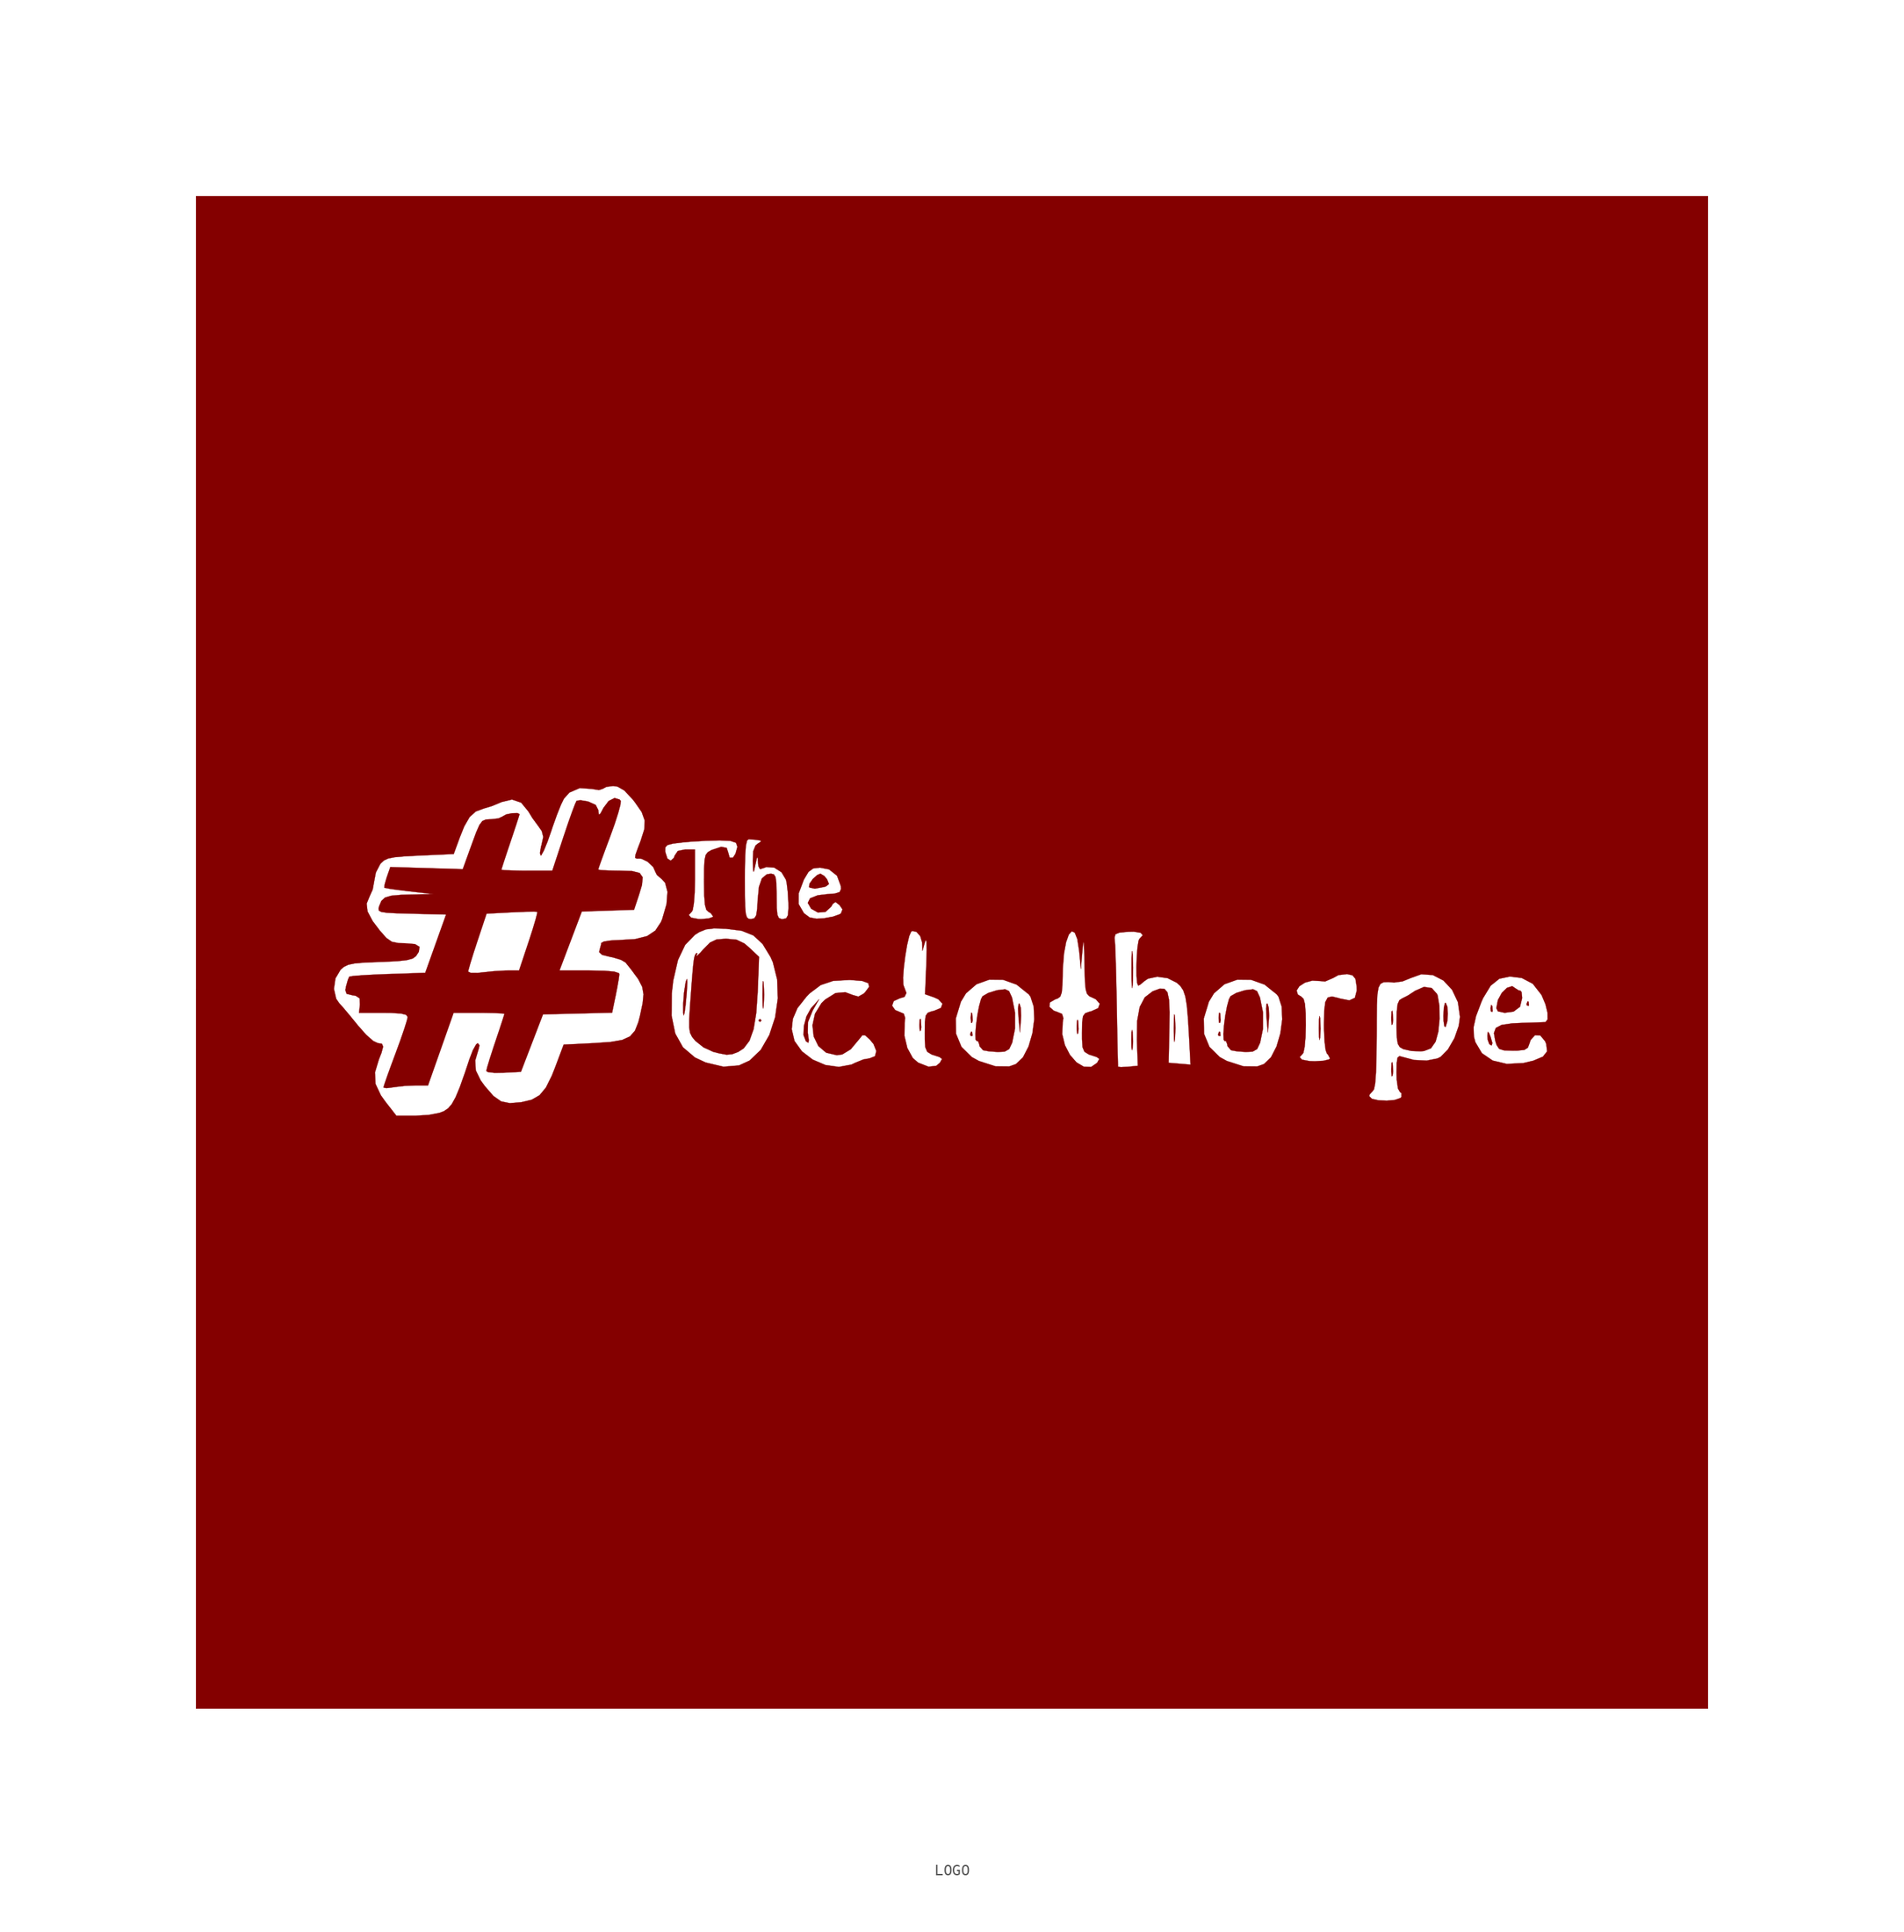
<source format=kicad_sym>
(kicad_symbol_lib
  (version 20220914)
  (generator "bitmap2component")
  (generator_version "9.0")
  (symbol "LOGO"
    (pin_names
      (offset 1.016))
    (property "Reference" "#G"
      (at 0 66.918 0)
      (effects (font (size 1.27 1.27)) hide))
    (symbol "LOGO_0_0"
      (polyline (pts (xy 67.553 0.000100) (xy 67.553 67.553) (xy -0.000100 67.553) (xy -67.553 67.553) (xy -67.553 0.000100) (xy -67.553 -3.268) (xy -55.227 -3.268) (xy -55.092 -2.327) (xy -54.63 -1.548) (xy -54.331 -1.293) (xy -53.932 -1.104) (xy -53.344 -0.984) (xy -52.449 -0.91) (xy -51.131 -0.86) (xy -50.799 -0.849) (xy -49.529 -0.786) (xy -48.685 -0.689) (xy -48.172 -0.544) (xy -47.895 -0.335) (xy -47.643 0.048) (xy -47.579 0.494) (xy -47.98 0.737) (xy -48.876 0.811) (xy -49.45 0.824) (xy -50.054 0.947) (xy -50.543 1.288) (xy -51.134 1.959) (xy -51.77 2.8) (xy -52.224 3.655) (xy -52.304 4.356) (xy -52.038 5.003) (xy -51.763 5.612) (xy -51.611 6.446) (xy -51.48 7.133) (xy -51.095 7.874) (xy -51.031 7.952) (xy -50.754 8.209) (xy -50.377 8.384) (xy -49.792 8.499) (xy -48.886 8.578) (xy -47.551 8.647) (xy -44.523 8.782) (xy -43.979 10.268) (xy -43.584 11.249) (xy -43.101 12.087) (xy -42.553 12.582) (xy -41.852 12.842) (xy -41.077 13.077) (xy -40.234 13.43) (xy -39.319 13.651) (xy -38.497 13.371) (xy -37.864 12.603) (xy -37.863 12.601) (xy -37.48 11.977) (xy -36.975 11.289) (xy -36.654 10.834) (xy -36.523 10.311) (xy -36.676 9.6) (xy -36.725 9.43) (xy -36.82 8.872) (xy -36.746 8.647) (xy -36.689 8.689) (xy -36.46 9.107) (xy -36.145 9.875) (xy -35.794 10.876) (xy -35.681 11.217) (xy -35.296 12.294) (xy -34.94 13.185) (xy -34.677 13.725) (xy -34.184 14.274) (xy -33.262 14.672) (xy -32.177 14.598) (xy -31.557 14.495) (xy -31.197 14.611) (xy -30.887 14.782) (xy -30.28 14.862) (xy -29.885 14.806) (xy -29.282 14.459) (xy -28.579 13.713) (xy -28.351 13.43) (xy -27.727 12.532) (xy -27.456 11.773) (xy -27.499 10.975) (xy -27.822 9.958) (xy -28.08 9.283) (xy -28.175 9.017) (xy -25.623 9.017) (xy -25.619 9.373) (xy -25.43 9.584) (xy -24.937 9.713) (xy -24.023 9.823) (xy -23.33 9.885) (xy -21.979 9.966) (xy -20.767 9.998) (xy -20.762 9.998) (xy -19.802 9.957) (xy -19.299 9.788) (xy -19.175 9.426) (xy -19.349 8.804) (xy -19.579 8.45) (xy -19.864 8.45) (xy -19.996 8.917) (xy -20.132 9.33) (xy -20.617 9.428) (xy -21.469 9.144) (xy -21.515 9.123) (xy -21.82 8.948) (xy -22.01 8.694) (xy -22.11 8.244) (xy -22.15 7.484) (xy -22.156 6.553) (xy -18.51 6.553) (xy -18.506 7.388) (xy -18.479 8.679) (xy -18.417 9.521) (xy -18.317 9.977) (xy -18.172 10.106) (xy -17.483 10.047) (xy -17.093 9.983) (xy -17.081 9.884) (xy -17.361 9.706) (xy -17.553 9.549) (xy -17.759 9.047) (xy -17.799 8.161) (xy -17.78 7.577) (xy -17.748 7.197) (xy -17.684 7.295) (xy -17.564 7.836) (xy -17.548 7.913) (xy -17.424 8.441) (xy -17.363 8.47) (xy -17.329 8.029) (xy -17.302 7.708) (xy -17.159 7.431) (xy -16.804 7.539) (xy -16.588 7.621) (xy -15.884 7.569) (xy -15.235 7.155) (xy -14.833 6.483) (xy -14.771 6.188) (xy -14.67 5.351) (xy -14.618 4.391) (xy -14.618 4.305) (xy -13.698 4.305) (xy -13.695 5.282) (xy -13.235 6.496) (xy -13.226 6.514) (xy -12.819 7.19) (xy -12.402 7.495) (xy -11.791 7.566) (xy -10.993 7.414) (xy -10.275 6.846) (xy -9.937 5.93) (xy -9.921 5.646) (xy -10.04 5.385) (xy -10.443 5.256) (xy -11.258 5.188) (xy -12.002 5.096) (xy -12.683 4.825) (xy -12.886 4.417) (xy -12.584 3.898) (xy -11.98 3.558) (xy -11.303 3.613) (xy -10.792 4.085) (xy -10.646 4.337) (xy -10.404 4.498) (xy -10.051 4.222) (xy -9.786 3.842) (xy -9.918 3.484) (xy -10.038 3.401) (xy -10.626 3.193) (xy -11.429 3.045) (xy -12.103 3.001) (xy -12.716 3.116) (xy -13.209 3.481) (xy -13.242 3.515) (xy -13.698 4.305) (xy -14.618 4.305) (xy -14.614 3.947) (xy -14.659 3.318) (xy -14.816 3.037) (xy -15.132 2.972) (xy -15.229 2.976) (xy -15.468 3.063) (xy -15.601 3.355) (xy -15.66 3.963) (xy -15.672 4.999) (xy -15.673 5.231) (xy -15.694 6.182) (xy -15.767 6.725) (xy -15.919 6.969) (xy -16.18 7.026) (xy -16.545 6.971) (xy -16.987 6.608) (xy -17.25 5.849) (xy -17.367 4.627) (xy -17.404 3.911) (xy -17.493 3.309) (xy -17.666 3.037) (xy -17.969 2.973) (xy -18.184 3.001) (xy -18.336 3.142) (xy -18.431 3.483) (xy -18.483 4.108) (xy -18.505 5.103) (xy -18.51 6.553) (xy -22.156 6.553) (xy -22.157 6.298) (xy -22.139 5.051) (xy -22.075 4.25) (xy -21.951 3.801) (xy -21.752 3.611) (xy -21.562 3.509) (xy -21.347 3.214) (xy -21.374 3.16) (xy -21.751 3.026) (xy -22.428 2.972) (xy -22.67 2.979) (xy -23.31 3.098) (xy -23.517 3.336) (xy -23.238 3.648) (xy -23.166 3.788) (xy -23.064 4.383) (xy -22.994 5.327) (xy -22.968 6.501) (xy -22.968 9.187) (xy -23.804 9.187) (xy -23.859 9.187) (xy -24.499 9.055) (xy -24.784 8.636) (xy -24.855 8.436) (xy -25.134 8.188) (xy -25.43 8.38) (xy -25.617 8.966) (xy -25.623 9.017) (xy -28.175 9.017) (xy -28.284 8.711) (xy -28.314 8.447) (xy -28.177 8.375) (xy -27.874 8.377) (xy -27.756 8.364) (xy -27.196 8.094) (xy -26.697 7.619) (xy -26.481 7.137) (xy -26.363 6.907) (xy -25.941 6.548) (xy -25.634 6.218) (xy -25.423 5.407) (xy -25.51 4.295) (xy -25.895 2.972) (xy -26.005 2.708) (xy -26.506 1.946) (xy -27.239 1.454) (xy -28.301 1.186) (xy -29.791 1.096) (xy -30.465 1.065) (xy -31.1 0.969) (xy -31.345 0.833) (xy -31.359 0.691) (xy -31.498 0.184) (xy -31.52 0.01) (xy -31.259 -0.227) (xy -30.539 -0.404) (xy -30.297 -0.452) (xy -29.584 -0.665) (xy -29.173 -0.904) (xy -28.678 -1.521) (xy -28.039 -2.387) (xy -27.682 -3.078) (xy -27.564 -3.751) (xy -27.644 -4.558) (xy -27.878 -5.653) (xy -25.057 -5.653) (xy -25.039 -3.664) (xy -24.906 -2.512) (xy -24.485 -0.684) (xy -23.839 0.672) (xy -22.962 1.57) (xy -22.574 1.813) (xy -21.986 2.051) (xy -21.264 2.136) (xy -20.207 2.109) (xy -18.798 1.93) (xy -17.744 1.508) (xy -16.929 0.754) (xy -16.213 -0.419) (xy -16.008 -0.88) (xy -15.622 -2.426) (xy -15.563 -4.11) (xy -15.805 -5.803) (xy -16.152 -6.863) (xy -14.321 -6.863) (xy -14.222 -5.941) (xy -13.811 -4.983) (xy -13.005 -3.962) (xy -12.703 -3.652) (xy -11.728 -2.921) (xy -10.617 -2.549) (xy -9.192 -2.466) (xy -9.063 -2.469) (xy -8.021 -2.555) (xy -7.478 -2.751) (xy -7.405 -3.08) (xy -7.771 -3.567) (xy -7.906 -3.696) (xy -8.367 -3.952) (xy -8.866 -3.81) (xy -9.539 -3.56) (xy -10.407 -3.637) (xy -11.326 -4.211) (xy -11.667 -4.543) (xy -11.802 -4.764) (xy -5.352 -4.764) (xy -5.205 -4.351) (xy -4.659 -4.102) (xy -4.243 -3.978) (xy -4.074 -3.628) (xy -4.316 -2.986) (xy -4.352 -2.862) (xy -4.37 -2.255) (xy -4.304 -1.355) (xy -4.176 -0.329) (xy -4.011 0.656) (xy -3.829 1.435) (xy -3.655 1.84) (xy -3.557 1.907) (xy -3.182 1.839) (xy -2.836 1.45) (xy -2.67 0.887) (xy -2.638 0.135) (xy -2.409 0.946) (xy -2.339 1.112) (xy -2.275 0.919) (xy -2.259 0.213) (xy -2.293 -0.991) (xy -2.407 -3.739) (xy -1.609 -4.017) (xy -1.217 -4.194) (xy -0.853 -4.585) (xy -0.988 -4.963) (xy -1.621 -5.229) (xy -1.814 -5.269) (xy -2.168 -5.398) (xy -2.352 -5.667) (xy -2.383 -5.907) (xy 0.339 -5.907) (xy 0.795 -4.409) (xy 1.251 -3.659) (xy 2.189 -2.848) (xy 3.328 -2.439) (xy 4.558 -2.446) (xy 5.772 -2.88) (xy 6.862 -3.752) (xy 7.014 -3.961) (xy 7.302 -4.845) (xy 7.303 -4.868) (xy 8.703 -4.868) (xy 8.749 -4.471) (xy 9.255 -4.181) (xy 9.447 -4.121) (xy 9.675 -3.947) (xy 9.805 -3.582) (xy 9.867 -2.909) (xy 9.893 -1.812) (xy 9.903 -1.412) (xy 10.008 -0.098) (xy 10.196 0.915) (xy 10.438 1.589) (xy 10.706 1.884) (xy 10.969 1.762) (xy 11.143 1.322) (xy 14.523 1.322) (xy 14.606 1.621) (xy 14.968 1.766) (xy 15.74 1.839) (xy 16.245 1.849) (xy 16.858 1.748) (xy 17.047 1.526) (xy 16.753 1.216) (xy 16.672 1.048) (xy 16.577 0.475) (xy 16.512 -0.347) (xy 16.481 -1.259) (xy 16.489 -2.106) (xy 16.539 -2.729) (xy 16.637 -2.972) (xy 16.805 -2.895) (xy 17.197 -2.567) (xy 17.51 -2.352) (xy 18.329 -2.178) (xy 19.259 -2.302) (xy 20.084 -2.714) (xy 20.402 -3.003) (xy 20.662 -3.391) (xy 20.848 -3.941) (xy 20.982 -4.749) (xy 21.086 -5.907) (xy 22.497 -5.907) (xy 22.953 -4.409) (xy 23.409 -3.659) (xy 24.346 -2.848) (xy 25.485 -2.439) (xy 26.716 -2.446) (xy 27.93 -2.88) (xy 28.588 -3.407) (xy 30.793 -3.407) (xy 31.039 -3.025) (xy 31.541 -2.703) (xy 32.201 -2.523) (xy 32.92 -2.565) (xy 33.338 -2.601) (xy 34.055 -2.29) (xy 34.528 -2.03) (xy 35.306 -1.939) (xy 35.783 -2.048) (xy 36.048 -2.361) (xy 36.157 -3.042) (xy 36.17 -3.404) (xy 36 -4.058) (xy 35.508 -4.289) (xy 34.658 -4.122) (xy 34.549 -4.085) (xy 33.955 -3.942) (xy 33.572 -4.036) (xy 33.355 -4.441) (xy 33.258 -5.234) (xy 33.236 -6.492) (xy 33.242 -6.979) (xy 33.293 -7.988) (xy 33.386 -8.724) (xy 33.506 -9.052) (xy 33.58 -9.107) (xy 33.776 -9.473) (xy 33.685 -9.565) (xy 33.196 -9.682) (xy 32.425 -9.728) (xy 31.948 -9.712) (xy 31.277 -9.586) (xy 31.062 -9.358) (xy 31.345 -9.052) (xy 31.399 -8.97) (xy 31.509 -8.452) (xy 31.586 -7.583) (xy 31.615 -6.498) (xy 31.601 -5.451) (xy 31.539 -4.62) (xy 31.414 -4.153) (xy 31.209 -3.955) (xy 30.902 -3.769) (xy 30.793 -3.407) (xy 28.588 -3.407) (xy 29.02 -3.752) (xy 29.172 -3.961) (xy 29.459 -4.845) (xy 29.507 -5.985) (xy 29.343 -7.225) (xy 28.998 -8.407) (xy 28.499 -9.376) (xy 27.875 -9.975) (xy 27.28 -10.189) (xy 26.053 -10.182) (xy 24.564 -9.703) (xy 23.93 -9.355) (xy 23.004 -8.441) (xy 22.52 -7.272) (xy 22.497 -5.907) (xy 21.086 -5.907) (xy 21.086 -5.908) (xy 21.181 -7.514) (xy 21.314 -10.028) (xy 20.335 -9.946) (xy 19.356 -9.863) (xy 19.426 -6.687) (xy 19.441 -5.332) (xy 19.393 -4.239) (xy 19.25 -3.569) (xy 18.983 -3.258) (xy 18.564 -3.244) (xy 17.965 -3.466) (xy 17.918 -3.487) (xy 17.224 -4.022) (xy 16.774 -4.877) (xy 16.547 -6.114) (xy 16.521 -7.798) (xy 16.603 -10.133) (xy 15.732 -10.218) (xy 15.673 -10.223) (xy 15.091 -10.252) (xy 14.838 -10.218) (xy 14.837 -10.21) (xy 14.825 -9.867) (xy 14.805 -9.076) (xy 14.781 -7.923) (xy 14.754 -6.491) (xy 14.725 -4.864) (xy 14.723 -4.765) (xy 14.69 -3.094) (xy 14.653 -1.578) (xy 14.615 -0.312) (xy 14.578 0.606) (xy 14.546 1.081) (xy 14.523 1.322) (xy 11.143 1.322) (xy 11.197 1.185) (xy 11.363 0.114) (xy 11.513 -1.486) (xy 11.65 0.135) (xy 11.697 0.643) (xy 11.746 0.94) (xy 11.783 0.78) (xy 11.812 0.136) (xy 11.838 -1.02) (xy 11.848 -1.544) (xy 11.882 -2.62) (xy 11.945 -3.303) (xy 12.062 -3.698) (xy 12.261 -3.913) (xy 12.565 -4.053) (xy 12.847 -4.187) (xy 13.204 -4.586) (xy 13.061 -4.984) (xy 12.43 -5.269) (xy 12.261 -5.308) (xy 11.894 -5.442) (xy 11.703 -5.711) (xy 11.631 -6.248) (xy 11.619 -7.191) (xy 11.62 -7.755) (xy 11.663 -8.473) (xy 11.836 -8.879) (xy 12.229 -9.122) (xy 12.933 -9.351) (xy 13.161 -9.519) (xy 12.967 -9.866) (xy 12.431 -10.239) (xy 11.78 -10.216) (xy 11.127 -9.829) (xy 10.54 -9.16) (xy 10.091 -8.292) (xy 9.85 -7.307) (xy 9.889 -6.287) (xy 9.95 -5.873) (xy 9.831 -5.497) (xy 9.349 -5.3) (xy 9.105 -5.218) (xy 8.703 -4.868) (xy 7.303 -4.868) (xy 7.349 -5.985) (xy 7.186 -7.225) (xy 6.84 -8.407) (xy 6.341 -9.376) (xy 5.718 -9.975) (xy 5.123 -10.189) (xy 3.896 -10.182) (xy 2.407 -9.703) (xy 1.772 -9.355) (xy 0.846 -8.441) (xy 0.362 -7.272) (xy 0.339 -5.907) (xy -2.383 -5.907) (xy -2.421 -6.211) (xy -2.432 -7.162) (xy -2.431 -7.77) (xy -2.386 -8.48) (xy -2.211 -8.883) (xy -1.818 -9.124) (xy -1.118 -9.351) (xy -0.89 -9.519) (xy -1.084 -9.866) (xy -1.415 -10.139) (xy -2.098 -10.214) (xy -3.03 -9.848) (xy -3.504 -9.434) (xy -3.988 -8.551) (xy -4.252 -7.453) (xy -4.235 -6.316) (xy -4.185 -5.859) (xy -4.311 -5.477) (xy -4.768 -5.284) (xy -5.08 -5.153) (xy -5.352 -4.764) (xy -11.802 -4.764) (xy -12.244 -5.486) (xy -12.466 -6.514) (xy -12.358 -7.512) (xy -11.942 -8.367) (xy -11.243 -8.963) (xy -10.286 -9.187) (xy -9.8 -9.115) (xy -9.045 -8.657) (xy -8.27 -7.727) (xy -8.009 -7.402) (xy -7.76 -7.411) (xy -7.337 -7.795) (xy -7.013 -8.188) (xy -6.763 -8.81) (xy -6.88 -9.277) (xy -7.363 -9.467) (xy -7.922 -9.567) (xy -8.647 -9.863) (xy -8.981 -10.023) (xy -10.112 -10.233) (xy -11.307 -10.064) (xy -12.446 -9.579) (xy -13.408 -8.841) (xy -14.073 -7.915) (xy -14.321 -6.863) (xy -16.152 -6.863) (xy -16.322 -7.378) (xy -17.087 -8.707) (xy -18.077 -9.66) (xy -19.032 -10.1) (xy -20.419 -10.215) (xy -22.014 -9.837) (xy -22.968 -9.39) (xy -24.038 -8.482) (xy -24.729 -7.248) (xy -25.057 -5.653) (xy -27.878 -5.653) (xy -27.878 -5.654) (xy -28.027 -6.237) (xy -28.329 -7) (xy -28.776 -7.509) (xy -29.465 -7.824) (xy -30.495 -8.003) (xy -31.967 -8.106) (xy -34.698 -8.241) (xy -35.461 -10.268) (xy -35.753 -11.007) (xy -36.283 -12.074) (xy -36.852 -12.761) (xy -37.02 -12.858) (xy 37.289 -12.858) (xy 37.317 -12.694) (xy 37.609 -12.368) (xy 37.71 -12.227) (xy 37.812 -11.707) (xy 37.883 -10.771) (xy 37.928 -9.376) (xy 37.947 -7.482) (xy 37.951 -6.065) (xy 37.965 -4.705) (xy 38.009 -3.758) (xy 38.108 -3.15) (xy 38.284 -2.812) (xy 38.561 -2.671) (xy 38.962 -2.655) (xy 39.511 -2.693) (xy 40.249 -2.595) (xy 41.029 -2.28) (xy 41.935 -1.954) (xy 42.964 -2.027) (xy 43.907 -2.512) (xy 44.681 -3.34) (xy 45.204 -4.444) (xy 45.39 -5.76) (xy 45.283 -6.554) (xy 45.235 -6.693) (xy 46.605 -6.693) (xy 46.822 -5.701) (xy 47.313 -4.408) (xy 47.458 -4.084) (xy 48.129 -2.982) (xy 48.905 -2.358) (xy 49.842 -2.162) (xy 50.907 -2.288) (xy 51.894 -2.805) (xy 52.657 -3.78) (xy 52.7 -3.858) (xy 53.03 -4.643) (xy 53.211 -5.405) (xy 53.218 -5.987) (xy 53.029 -6.232) (xy 53.018 -6.233) (xy 52.626 -6.249) (xy 51.861 -6.274) (xy 50.877 -6.304) (xy 50.056 -6.343) (xy 49.111 -6.48) (xy 48.59 -6.753) (xy 48.423 -7.207) (xy 48.538 -7.892) (xy 48.66 -8.275) (xy 48.89 -8.62) (xy 49.321 -8.757) (xy 50.122 -8.782) (xy 50.507 -8.778) (xy 51.141 -8.714) (xy 51.456 -8.514) (xy 51.61 -8.108) (xy 51.701 -7.833) (xy 52.091 -7.399) (xy 52.572 -7.427) (xy 52.994 -7.935) (xy 53.097 -8.185) (xy 53.171 -8.845) (xy 52.803 -9.314) (xy 51.945 -9.676) (xy 51.062 -9.886) (xy 49.571 -9.964) (xy 48.311 -9.664) (xy 47.351 -9.008) (xy 46.763 -8.019) (xy 46.637 -7.536) (xy 46.605 -6.693) (xy 45.235 -6.693) (xy 44.894 -7.665) (xy 44.318 -8.663) (xy 43.657 -9.336) (xy 43.376 -9.477) (xy 42.421 -9.666) (xy 41.288 -9.614) (xy 40.194 -9.323) (xy 39.979 -9.268) (xy 39.813 -9.4) (xy 39.738 -9.862) (xy 39.721 -10.757) (xy 39.739 -11.38) (xy 39.847 -12.161) (xy 40.039 -12.491) (xy 40.161 -12.573) (xy 40.158 -12.918) (xy 40.063 -13.012) (xy 39.562 -13.184) (xy 38.848 -13.25) (xy 38.106 -13.215) (xy 37.525 -13.083) (xy 37.289 -12.858) (xy -37.02 -12.858) (xy -37.556 -13.166) (xy -38.49 -13.387) (xy -39.508 -13.472) (xy -40.286 -13.313) (xy -40.972 -12.831) (xy -41.741 -11.948) (xy -42.111 -11.441) (xy -42.552 -10.54) (xy -42.599 -9.652) (xy -42.282 -8.579) (xy -42.224 -8.307) (xy -42.373 -8.106) (xy -42.526 -8.23) (xy -42.813 -8.745) (xy -43.114 -9.525) (xy -43.513 -10.725) (xy -43.972 -12.019) (xy -44.351 -12.932) (xy -44.69 -13.544) (xy -45.027 -13.936) (xy -45.403 -14.19) (xy -45.802 -14.339) (xy -46.768 -14.522) (xy -47.913 -14.591) (xy -49.647 -14.591) (xy -50.629 -13.331) (xy -51.029 -12.774) (xy -51.511 -11.747) (xy -51.561 -10.729) (xy -51.205 -9.551) (xy -50.979 -8.982) (xy -50.83 -8.423) (xy -50.937 -8.167) (xy -51.307 -8.106) (xy -51.721 -7.911) (xy -52.344 -7.361) (xy -53.06 -6.553) (xy -53.084 -6.523) (xy -53.767 -5.685) (xy -54.371 -4.967) (xy -54.769 -4.52) (xy -55.023 -4.148) (xy -55.227 -3.268) (xy -67.553 -3.268) (xy -67.553 -67.553) (xy -0.000100 -67.553) (xy 67.553 -67.553) (xy 67.553 0.000100)) (stroke (width 0.01) (type default)) (fill (type outline)))
      (polyline (pts (xy -49.956 -12.058) (xy -49.827 -12.035) (xy -48.929 -11.931) (xy -47.966 -11.889) (xy -46.821 -11.889) (xy -45.677 -8.647) (xy -44.534 -5.404) (xy -42.263 -5.404) (xy -41.862 -5.405) (xy -40.906 -5.421) (xy -40.241 -5.45) (xy -39.992 -5.489) (xy -40.016 -5.582) (xy -40.176 -6.087) (xy -40.45 -6.922) (xy -40.802 -7.971) (xy -40.994 -8.546) (xy -41.312 -9.531) (xy -41.531 -10.259) (xy -41.613 -10.602) (xy -41.459 -10.695) (xy -40.897 -10.761) (xy -40.065 -10.754) (xy -38.518 -10.673) (xy -37.531 -8.106) (xy -36.545 -5.539) (xy -33.457 -5.464) (xy -30.369 -5.388) (xy -30.046 -3.826) (xy -29.909 -3.133) (xy -29.775 -2.368) (xy -29.724 -1.943) (xy -29.773 -1.853) (xy -30.183 -1.721) (xy -31.043 -1.645) (xy -32.398 -1.621) (xy -35.073 -1.621) (xy -34.075 1.013) (xy -33.077 3.648) (xy -30.743 3.726) (xy -28.409 3.804) (xy -27.96 5.154) (xy -27.702 6.018) (xy -27.639 6.703) (xy -27.907 7.088) (xy -28.576 7.258) (xy -29.715 7.296) (xy -29.797 7.296) (xy -30.716 7.311) (xy -31.367 7.346) (xy -31.615 7.394) (xy -31.54 7.63) (xy -31.309 8.278) (xy -30.959 9.231) (xy -30.529 10.384) (xy -30.147 11.446) (xy -29.821 12.457) (xy -29.627 13.188) (xy -29.599 13.528) (xy -29.697 13.65) (xy -30.152 13.786) (xy -30.681 13.517) (xy -31.143 12.903) (xy -31.416 12.394) (xy -31.555 12.298) (xy -31.598 12.625) (xy -31.603 12.707) (xy -31.836 13.169) (xy -32.493 13.465) (xy -32.564 13.484) (xy -33.191 13.588) (xy -33.54 13.541) (xy -33.68 13.249) (xy -33.949 12.544) (xy -34.306 11.538) (xy -34.711 10.336) (xy -35.713 7.296) (xy -37.987 7.296) (xy -38.391 7.297) (xy -39.347 7.313) (xy -40.012 7.342) (xy -40.262 7.38) (xy -40.237 7.474) (xy -40.078 7.979) (xy -39.803 8.814) (xy -39.451 9.863) (xy -39.253 10.453) (xy -38.938 11.4) (xy -38.721 12.07) (xy -38.641 12.345) (xy -38.833 12.44) (xy -39.311 12.426) (xy -39.825 12.322) (xy -40.127 12.16) (xy -40.14 12.142) (xy -40.534 11.963) (xy -41.198 11.889) (xy -41.213 11.889) (xy -41.649 11.866) (xy -41.961 11.731) (xy -42.224 11.385) (xy -42.514 10.727) (xy -42.908 9.66) (xy -43.714 7.431) (xy -46.951 7.526) (xy -50.188 7.621) (xy -50.495 6.739) (xy -50.529 6.64) (xy -50.696 6.057) (xy -50.721 5.776) (xy -50.691 5.763) (xy -50.28 5.684) (xy -49.502 5.573) (xy -48.491 5.45) (xy -46.342 5.205) (xy -48.368 5.165) (xy -49.177 5.142) (xy -50.094 5.063) (xy -50.658 4.896) (xy -50.983 4.599) (xy -51.184 4.13) (xy -51.24 3.92) (xy -51.211 3.73) (xy -50.988 3.608) (xy -50.484 3.535) (xy -49.613 3.49) (xy -48.289 3.454) (xy -45.206 3.378) (xy -46.137 0.775) (xy -47.032 -1.726) (xy -43.234 -1.726) (xy -43.207 -1.583) (xy -43.043 -1.001) (xy -42.765 -0.103) (xy -42.41 0.985) (xy -41.587 3.457) (xy -39.371 3.571) (xy -39.029 3.587) (xy -38.055 3.624) (xy -37.354 3.635) (xy -37.059 3.616) (xy -37.069 3.481) (xy -37.21 2.928) (xy -37.472 2.051) (xy -37.824 0.963) (xy -38.685 -1.621) (xy -39.706 -1.621) (xy -39.933 -1.625) (xy -40.948 -1.684) (xy -41.98 -1.793) (xy -42.389 -1.836) (xy -42.995 -1.833) (xy -43.234 -1.726) (xy -47.032 -1.726) (xy -47.068 -1.828) (xy -50.41 -1.939) (xy -50.507 -1.942) (xy -51.78 -1.995) (xy -52.834 -2.056) (xy -53.563 -2.118) (xy -53.859 -2.174) (xy -53.977 -2.447) (xy -54.14 -3.022) (xy -54.206 -3.371) (xy -54.092 -3.704) (xy -53.57 -3.833) (xy -53.276 -3.88) (xy -52.931 -4.109) (xy -52.904 -4.661) (xy -52.982 -5.404) (xy -50.81 -5.404) (xy -50.113 -5.411) (xy -49.239 -5.464) (xy -48.775 -5.58) (xy -48.638 -5.773) (xy -48.708 -6.087) (xy -48.936 -6.82) (xy -49.286 -7.836) (xy -49.719 -9.019) (xy -50.108 -10.065) (xy -50.467 -11.056) (xy -50.71 -11.757) (xy -50.8 -12.062) (xy -50.798 -12.072) (xy -50.533 -12.129) (xy -49.956 -12.058)) (stroke (width 0.01) (type default)) (fill (type outline)))
      (polyline (pts (xy 39.367 -11.014) (xy 39.415 -10.637) (xy 39.372 -9.933) (xy 39.337 -9.8) (xy 39.276 -9.88) (xy 39.249 -10.403) (xy 39.252 -10.689) (xy 39.293 -11.077) (xy 39.367 -11.014)) (stroke (width 0.01) (type default)) (fill (type outline)))
      (polyline (pts (xy 42.184 -8.809) (xy 42.796 -8.572) (xy 43.203 -7.989) (xy 43.222 -7.948) (xy 43.455 -7.08) (xy 43.568 -5.945) (xy 43.552 -4.79) (xy 43.394 -3.861) (xy 43.341 -3.721) (xy 42.868 -3.19) (xy 42.173 -3.086) (xy 41.379 -3.435) (xy 40.748 -3.847) (xy 40.194 -4.13) (xy 39.979 -4.271) (xy 39.819 -4.618) (xy 39.742 -5.273) (xy 39.721 -6.35) (xy 39.722 -6.716) (xy 39.748 -7.632) (xy 39.836 -8.173) (xy 40.018 -8.468) (xy 40.329 -8.645) (xy 40.339 -8.649) (xy 41.044 -8.806) (xy 41.881 -8.839) (xy 42.184 -8.809)) (stroke (width 0.01) (type default)) (fill (type outline)))
      (polyline (pts (xy 44.112 -6.656) (xy 44.257 -6.165) (xy 44.305 -5.481) (xy 44.257 -4.846) (xy 44.112 -4.5) (xy 44.041 -4.539) (xy 43.947 -4.95) (xy 43.91 -5.674) (xy 43.923 -6.13) (xy 43.995 -6.608) (xy 44.108 -6.662) (xy 44.112 -6.656)) (stroke (width 0.01) (type default)) (fill (type outline)))
      (polyline (pts (xy 39.367 -6.421) (xy 39.415 -6.044) (xy 39.372 -5.34) (xy 39.337 -5.207) (xy 39.276 -5.286) (xy 39.249 -5.809) (xy 39.252 -6.096) (xy 39.293 -6.484) (xy 39.367 -6.421)) (stroke (width 0.01) (type default)) (fill (type outline)))
      (polyline (pts (xy -19.642 -9.098) (xy -19.1 -8.891) (xy -18.612 -8.576) (xy -18.096 -7.895) (xy -17.729 -6.865) (xy -17.49 -5.425) (xy -17.359 -3.513) (xy -17.24 -0.405) (xy -18.095 0.405) (xy -18.548 0.791) (xy -19.251 1.129) (xy -20.178 1.216) (xy -20.211 1.216) (xy -21.039 1.151) (xy -21.62 0.877) (xy -22.223 0.27) (xy -22.501 -0.042) (xy -22.8 -0.331) (xy -22.825 -0.27) (xy -22.744 -0.077) (xy -22.833 -0.066) (xy -22.889 -0.121) (xy -22.974 -0.263) (xy -23.044 -0.527) (xy -23.109 -0.996) (xy -23.181 -1.754) (xy -23.27 -2.883) (xy -23.385 -4.469) (xy -23.412 -4.84) (xy -23.48 -5.961) (xy -23.483 -6.702) (xy -23.404 -7.189) (xy -23.228 -7.547) (xy -22.937 -7.902) (xy -22.931 -7.908) (xy -22.2 -8.489) (xy -21.347 -8.88) (xy -20.822 -9.018) (xy -20.143 -9.141) (xy -19.642 -9.098)) (stroke (width 0.01) (type default)) (fill (type outline)))
      (polyline (pts (xy -17.023 -6.08) (xy -17.159 -5.945) (xy -17.294 -6.08) (xy -17.159 -6.215) (xy -17.023 -6.08)) (stroke (width 0.01) (type default)) (fill (type outline)))
      (polyline (pts (xy -23.896 -5.392) (xy -23.804 -4.717) (xy -23.706 -3.648) (xy -23.69 -3.441) (xy -23.653 -2.672) (xy -23.681 -2.369) (xy -23.772 -2.567) (xy -23.81 -2.732) (xy -23.946 -3.612) (xy -24.017 -4.571) (xy -24.02 -4.71) (xy -24.017 -5.424) (xy -23.971 -5.64) (xy -23.896 -5.392)) (stroke (width 0.01) (type default)) (fill (type outline)))
      (polyline (pts (xy -16.827 -4.796) (xy -16.783 -3.784) (xy -16.827 -2.77) (xy -16.845 -2.627) (xy -16.89 -2.567) (xy -16.921 -2.971) (xy -16.933 -3.783) (xy -16.931 -4.114) (xy -16.912 -4.787) (xy -16.875 -5.034) (xy -16.827 -4.796)) (stroke (width 0.01) (type default)) (fill (type outline)))
      (polyline (pts (xy -12.794 -7.846) (xy -12.886 -7.172) (xy -12.872 -6.236) (xy -12.456 -5.213) (xy -11.875 -4.188) (xy -12.558 -4.946) (xy -12.616 -5.015) (xy -13.009 -5.732) (xy -13.237 -6.592) (xy -13.266 -7.392) (xy -13.06 -7.926) (xy -13.023 -7.963) (xy -12.833 -8.079) (xy -12.794 -7.846)) (stroke (width 0.01) (type default)) (fill (type outline)))
      (polyline (pts (xy -2.786 -6.958) (xy -2.744 -6.697) (xy -2.786 -6.012) (xy -2.811 -5.936) (xy -2.881 -5.993) (xy -2.91 -6.485) (xy -2.907 -6.668) (xy -2.865 -7.042) (xy -2.786 -6.958)) (stroke (width 0.01) (type default)) (fill (type outline)))
      (polyline (pts (xy 4.704 -8.867) (xy 5.107 -8.639) (xy 5.378 -8.066) (xy 5.629 -6.823) (xy 5.63 -5.373) (xy 5.37 -4.07) (xy 5.34 -3.985) (xy 5.095 -3.461) (xy 4.747 -3.296) (xy 4.086 -3.374) (xy 3.993 -3.392) (xy 3.243 -3.624) (xy 2.732 -3.918) (xy 2.588 -4.192) (xy 2.416 -4.822) (xy 2.263 -5.64) (xy 2.149 -6.505) (xy 2.092 -7.271) (xy 2.11 -7.795) (xy 2.221 -7.935) (xy 2.323 -7.922) (xy 2.432 -8.203) (xy 2.463 -8.382) (xy 2.77 -8.738) (xy 2.809 -8.752) (xy 3.344 -8.846) (xy 4.094 -8.896) (xy 4.704 -8.867)) (stroke (width 0.01) (type default)) (fill (type outline)))
      (polyline (pts (xy 1.834 -7.436) (xy 1.801 -7.115) (xy 1.72 -7.073) (xy 1.621 -7.296) (xy 1.641 -7.439) (xy 1.801 -7.476) (xy 1.834 -7.436)) (stroke (width 0.01) (type default)) (fill (type outline)))
      (polyline (pts (xy 6.16 -5.976) (xy 6.176 -5.659) (xy 6.145 -4.954) (xy 6.029 -4.57) (xy 5.952 -4.601) (xy 5.905 -5.017) (xy 5.94 -5.755) (xy 6.07 -7.161) (xy 6.16 -5.976)) (stroke (width 0.01) (type default)) (fill (type outline)))
      (polyline (pts (xy 1.798 -6.287) (xy 1.848 -6.066) (xy 1.808 -5.477) (xy 1.795 -5.43) (xy 1.713 -5.39) (xy 1.674 -5.809) (xy 1.673 -5.873) (xy 1.71 -6.296) (xy 1.798 -6.287)) (stroke (width 0.01) (type default)) (fill (type outline)))
      (polyline (pts (xy 11.264 -7.231) (xy 11.313 -6.854) (xy 11.27 -6.15) (xy 11.234 -6.018) (xy 11.173 -6.097) (xy 11.147 -6.62) (xy 11.15 -6.906) (xy 11.191 -7.294) (xy 11.264 -7.231)) (stroke (width 0.01) (type default)) (fill (type outline)))
      (polyline (pts (xy 16.136 -8.579) (xy 16.181 -7.966) (xy 16.136 -7.093) (xy 16.084 -6.919) (xy 16.04 -7.169) (xy 16.023 -7.836) (xy 16.036 -8.44) (xy 16.077 -8.747) (xy 16.136 -8.579)) (stroke (width 0.01) (type default)) (fill (type outline)))
      (polyline (pts (xy 19.922 -7.769) (xy 19.966 -6.757) (xy 19.922 -5.742) (xy 19.904 -5.599) (xy 19.859 -5.539) (xy 19.828 -5.943) (xy 19.816 -6.755) (xy 19.818 -7.086) (xy 19.837 -7.76) (xy 19.874 -8.006) (xy 19.922 -7.769)) (stroke (width 0.01) (type default)) (fill (type outline)))
      (polyline (pts (xy 16.141 -2.914) (xy 16.164 -2.527) (xy 16.182 -1.35) (xy 16.142 -0.212) (xy 16.107 0.119) (xy 16.073 0.023) (xy 16.05 -0.527) (xy 16.041 -1.486) (xy 16.047 -2.35) (xy 16.068 -2.991) (xy 16.1 -3.197) (xy 16.141 -2.914)) (stroke (width 0.01) (type default)) (fill (type outline)))
      (polyline (pts (xy 26.861 -8.867) (xy 27.265 -8.639) (xy 27.535 -8.066) (xy 27.786 -6.823) (xy 27.788 -5.373) (xy 27.527 -4.07) (xy 27.497 -3.985) (xy 27.252 -3.461) (xy 26.905 -3.296) (xy 26.244 -3.374) (xy 26.151 -3.392) (xy 25.4 -3.624) (xy 24.889 -3.918) (xy 24.746 -4.192) (xy 24.573 -4.822) (xy 24.421 -5.64) (xy 24.307 -6.505) (xy 24.25 -7.271) (xy 24.267 -7.795) (xy 24.378 -7.935) (xy 24.48 -7.922) (xy 24.589 -8.203) (xy 24.62 -8.382) (xy 24.927 -8.738) (xy 24.967 -8.752) (xy 25.501 -8.846) (xy 26.252 -8.896) (xy 26.861 -8.867)) (stroke (width 0.01) (type default)) (fill (type outline)))
      (polyline (pts (xy 23.991 -7.436) (xy 23.959 -7.115) (xy 23.878 -7.073) (xy 23.779 -7.296) (xy 23.798 -7.439) (xy 23.959 -7.476) (xy 23.991 -7.436)) (stroke (width 0.01) (type default)) (fill (type outline)))
      (polyline (pts (xy 28.317 -5.976) (xy 28.333 -5.659) (xy 28.303 -4.954) (xy 28.187 -4.57) (xy 28.109 -4.601) (xy 28.062 -5.017) (xy 28.097 -5.755) (xy 28.227 -7.161) (xy 28.317 -5.976)) (stroke (width 0.01) (type default)) (fill (type outline)))
      (polyline (pts (xy 23.956 -6.287) (xy 24.006 -6.066) (xy 23.966 -5.477) (xy 23.953 -5.43) (xy 23.87 -5.39) (xy 23.831 -5.809) (xy 23.831 -5.873) (xy 23.867 -6.296) (xy 23.956 -6.287)) (stroke (width 0.01) (type default)) (fill (type outline)))
      (polyline (pts (xy 48.285 -8.105) (xy 48.121 -7.538) (xy 47.983 -7.208) (xy 47.877 -7.094) (xy 47.845 -7.453) (xy 47.867 -7.806) (xy 48.008 -8.196) (xy 48.215 -8.323) (xy 48.285 -8.105)) (stroke (width 0.01) (type default)) (fill (type outline)))
      (polyline (pts (xy 48.315 -5.235) (xy 48.282 -4.813) (xy 48.185 -4.688) (xy 48.119 -4.976) (xy 48.138 -5.25) (xy 48.261 -5.331) (xy 48.315 -5.235)) (stroke (width 0.01) (type default)) (fill (type outline)))
      (polyline (pts (xy 50.174 -5.291) (xy 50.752 -4.863) (xy 50.944 -4.083) (xy 50.945 -4.061) (xy 50.892 -3.546) (xy 50.76 -3.402) (xy 50.684 -3.426) (xy 50.397 -3.247) (xy 50.056 -3.02) (xy 49.594 -3.165) (xy 49.133 -3.611) (xy 48.779 -4.252) (xy 48.638 -4.986) (xy 48.782 -5.271) (xy 49.381 -5.4) (xy 50.174 -5.291)) (stroke (width 0.01) (type default)) (fill (type outline)))
      (polyline (pts (xy 51.553 -4.734) (xy 51.52 -4.413) (xy 51.439 -4.371) (xy 51.34 -4.594) (xy 51.36 -4.737) (xy 51.52 -4.774) (xy 51.553 -4.734)) (stroke (width 0.01) (type default)) (fill (type outline)))
      (polyline (pts (xy 32.891 -7.633) (xy 32.936 -6.825) (xy 32.891 -5.877) (xy 32.884 -5.824) (xy 32.833 -5.682) (xy 32.796 -6.013) (xy 32.782 -6.755) (xy 32.782 -6.866) (xy 32.799 -7.561) (xy 32.838 -7.837) (xy 32.891 -7.633)) (stroke (width 0.01) (type default)) (fill (type outline)))
      (polyline (pts (xy -11.431 5.841) (xy -11.266 5.89) (xy -10.993 6.101) (xy -11.159 6.513) (xy -11.408 6.821) (xy -11.759 7.026) (xy -12.044 6.909) (xy -12.443 6.546) (xy -12.739 6.122) (xy -12.768 5.832) (xy -12.713 5.786) (xy -12.254 5.688) (xy -11.431 5.841)) (stroke (width 0.01) (type default)) (fill (type outline))))))
</source>
